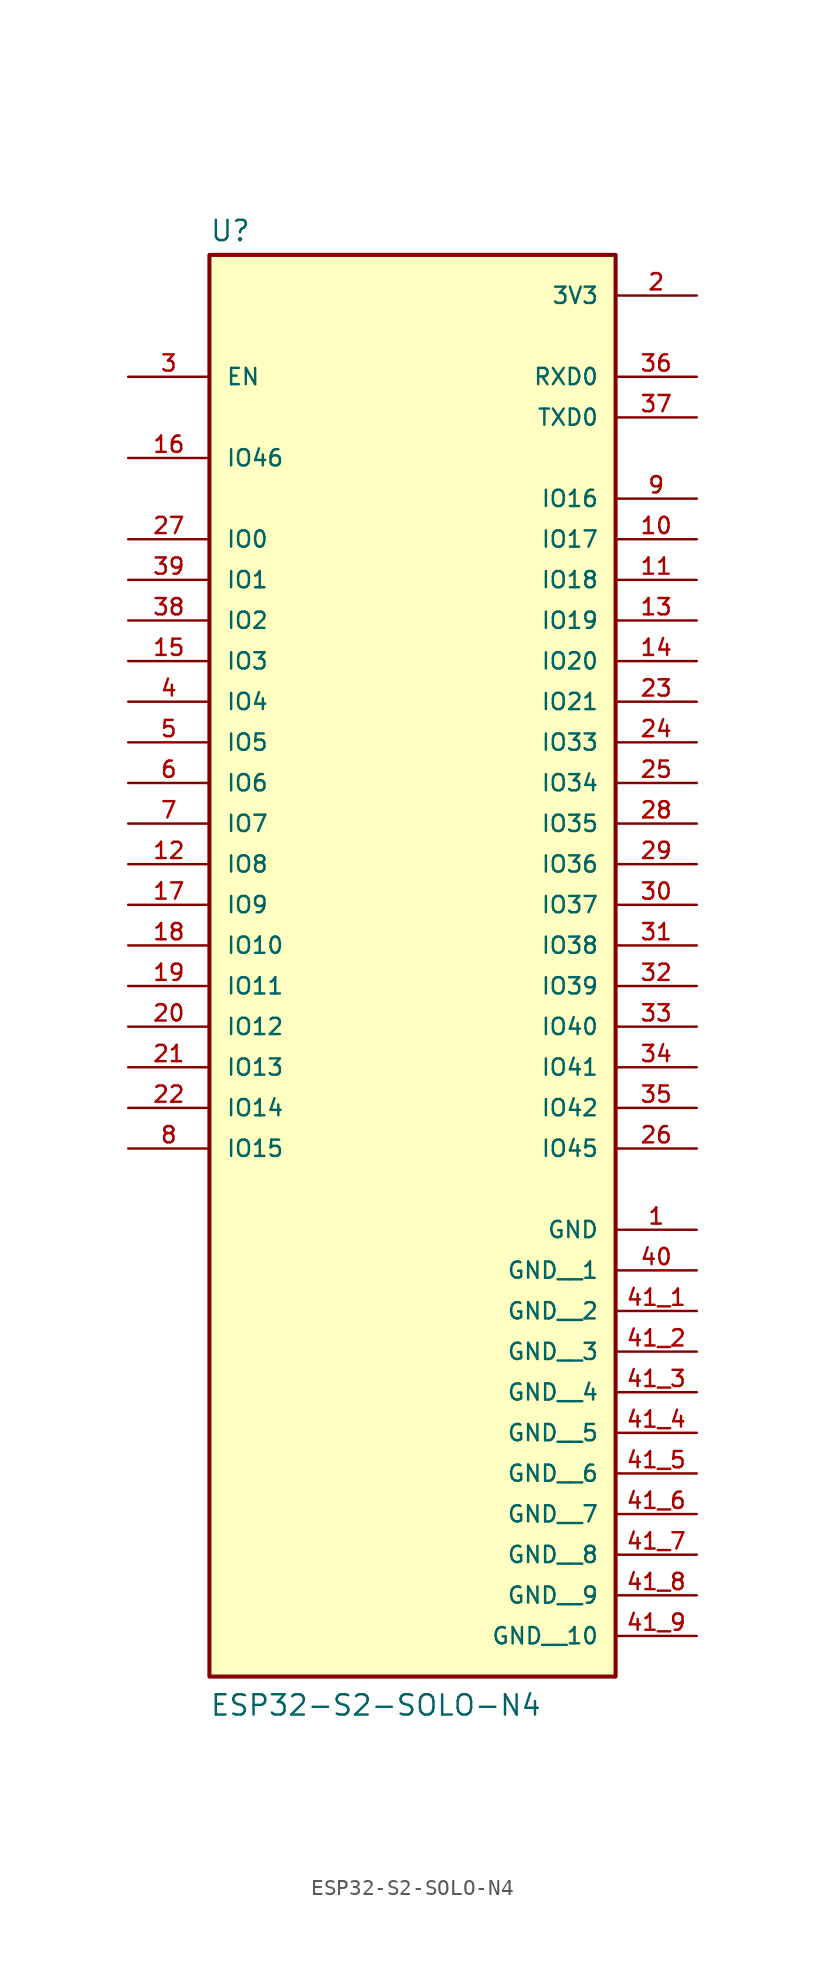
<source format=kicad_sym>
(kicad_symbol_lib
  (version 20211014)
  (generator kicad_symbol_editor)
  (symbol "ESP32-S2-SOLO-N4"
    (pin_names
      (offset 1.016))
    (property "Reference" "U"
      (at -12.7 33.782 0)
      (effects (font (size 1.27 1.27)) (justify bottom left)))
    (property "Value" "ESP32-S2-SOLO-N4"
      (at -12.7 -58.42 0)
      (effects (font (size 1.27 1.27)) (justify bottom left)))
    (symbol "ESP32-S2-SOLO-N4_0_0"
      (rectangle (start -12.7 -55.88) (end 12.7 33.02) (stroke (width 0.254)) (fill (type background)))
      (pin power_in line (at 17.78 -27.94 180.0) (length 5.08) (name "GND" (effects (font (size 1.016 1.016)))) (number "1" (effects (font (size 1.016 1.016)))))
      (pin power_in line (at 17.78 30.48 180.0) (length 5.08) (name "3V3" (effects (font (size 1.016 1.016)))) (number "2" (effects (font (size 1.016 1.016)))))
      (pin input line (at -17.78 25.4 0) (length 5.08) (name "EN" (effects (font (size 1.016 1.016)))) (number "3" (effects (font (size 1.016 1.016)))))
      (pin bidirectional line (at 17.78 25.4 180.0) (length 5.08) (name "RXD0" (effects (font (size 1.016 1.016)))) (number "36" (effects (font (size 1.016 1.016)))))
      (pin bidirectional line (at 17.78 22.86 180.0) (length 5.08) (name "TXD0" (effects (font (size 1.016 1.016)))) (number "37" (effects (font (size 1.016 1.016)))))
      (pin bidirectional line (at -17.78 15.24 0) (length 5.08) (name "IO0" (effects (font (size 1.016 1.016)))) (number "27" (effects (font (size 1.016 1.016)))))
      (pin bidirectional line (at 17.78 2.54 180.0) (length 5.08) (name "IO33" (effects (font (size 1.016 1.016)))) (number "24" (effects (font (size 1.016 1.016)))))
      (pin bidirectional line (at 17.78 0.0 180.0) (length 5.08) (name "IO34" (effects (font (size 1.016 1.016)))) (number "25" (effects (font (size 1.016 1.016)))))
      (pin bidirectional line (at 17.78 -2.54 180.0) (length 5.08) (name "IO35" (effects (font (size 1.016 1.016)))) (number "28" (effects (font (size 1.016 1.016)))))
      (pin bidirectional line (at 17.78 -5.08 180.0) (length 5.08) (name "IO36" (effects (font (size 1.016 1.016)))) (number "29" (effects (font (size 1.016 1.016)))))
      (pin bidirectional line (at 17.78 -7.62 180.0) (length 5.08) (name "IO37" (effects (font (size 1.016 1.016)))) (number "30" (effects (font (size 1.016 1.016)))))
      (pin bidirectional line (at 17.78 -10.16 180.0) (length 5.08) (name "IO38" (effects (font (size 1.016 1.016)))) (number "31" (effects (font (size 1.016 1.016)))))
      (pin bidirectional line (at 17.78 -12.7 180.0) (length 5.08) (name "IO39" (effects (font (size 1.016 1.016)))) (number "32" (effects (font (size 1.016 1.016)))))
      (pin bidirectional line (at 17.78 -15.24 180.0) (length 5.08) (name "IO40" (effects (font (size 1.016 1.016)))) (number "33" (effects (font (size 1.016 1.016)))))
      (pin bidirectional line (at 17.78 -17.78 180.0) (length 5.08) (name "IO41" (effects (font (size 1.016 1.016)))) (number "34" (effects (font (size 1.016 1.016)))))
      (pin bidirectional line (at 17.78 -20.32 180.0) (length 5.08) (name "IO42" (effects (font (size 1.016 1.016)))) (number "35" (effects (font (size 1.016 1.016)))))
      (pin bidirectional line (at 17.78 -22.86 180.0) (length 5.08) (name "IO45" (effects (font (size 1.016 1.016)))) (number "26" (effects (font (size 1.016 1.016)))))
      (pin input line (at -17.78 20.32 0) (length 5.08) (name "IO46" (effects (font (size 1.016 1.016)))) (number "16" (effects (font (size 1.016 1.016)))))
      (pin bidirectional line (at -17.78 12.7 0) (length 5.08) (name "IO1" (effects (font (size 1.016 1.016)))) (number "39" (effects (font (size 1.016 1.016)))))
      (pin bidirectional line (at -17.78 10.16 0) (length 5.08) (name "IO2" (effects (font (size 1.016 1.016)))) (number "38" (effects (font (size 1.016 1.016)))))
      (pin bidirectional line (at -17.78 7.62 0) (length 5.08) (name "IO3" (effects (font (size 1.016 1.016)))) (number "15" (effects (font (size 1.016 1.016)))))
      (pin bidirectional line (at -17.78 5.08 0) (length 5.08) (name "IO4" (effects (font (size 1.016 1.016)))) (number "4" (effects (font (size 1.016 1.016)))))
      (pin bidirectional line (at -17.78 2.54 0) (length 5.08) (name "IO5" (effects (font (size 1.016 1.016)))) (number "5" (effects (font (size 1.016 1.016)))))
      (pin bidirectional line (at -17.78 0.0 0) (length 5.08) (name "IO6" (effects (font (size 1.016 1.016)))) (number "6" (effects (font (size 1.016 1.016)))))
      (pin bidirectional line (at -17.78 -2.54 0) (length 5.08) (name "IO7" (effects (font (size 1.016 1.016)))) (number "7" (effects (font (size 1.016 1.016)))))
      (pin bidirectional line (at -17.78 -5.08 0) (length 5.08) (name "IO8" (effects (font (size 1.016 1.016)))) (number "12" (effects (font (size 1.016 1.016)))))
      (pin bidirectional line (at -17.78 -7.62 0) (length 5.08) (name "IO9" (effects (font (size 1.016 1.016)))) (number "17" (effects (font (size 1.016 1.016)))))
      (pin bidirectional line (at -17.78 -10.16 0) (length 5.08) (name "IO10" (effects (font (size 1.016 1.016)))) (number "18" (effects (font (size 1.016 1.016)))))
      (pin bidirectional line (at -17.78 -12.7 0) (length 5.08) (name "IO11" (effects (font (size 1.016 1.016)))) (number "19" (effects (font (size 1.016 1.016)))))
      (pin bidirectional line (at -17.78 -15.24 0) (length 5.08) (name "IO12" (effects (font (size 1.016 1.016)))) (number "20" (effects (font (size 1.016 1.016)))))
      (pin bidirectional line (at -17.78 -17.78 0) (length 5.08) (name "IO13" (effects (font (size 1.016 1.016)))) (number "21" (effects (font (size 1.016 1.016)))))
      (pin bidirectional line (at -17.78 -20.32 0) (length 5.08) (name "IO14" (effects (font (size 1.016 1.016)))) (number "22" (effects (font (size 1.016 1.016)))))
      (pin bidirectional line (at -17.78 -22.86 0) (length 5.08) (name "IO15" (effects (font (size 1.016 1.016)))) (number "8" (effects (font (size 1.016 1.016)))))
      (pin bidirectional line (at 17.78 17.78 180.0) (length 5.08) (name "IO16" (effects (font (size 1.016 1.016)))) (number "9" (effects (font (size 1.016 1.016)))))
      (pin bidirectional line (at 17.78 15.24 180.0) (length 5.08) (name "IO17" (effects (font (size 1.016 1.016)))) (number "10" (effects (font (size 1.016 1.016)))))
      (pin bidirectional line (at 17.78 12.7 180.0) (length 5.08) (name "IO18" (effects (font (size 1.016 1.016)))) (number "11" (effects (font (size 1.016 1.016)))))
      (pin bidirectional line (at 17.78 10.16 180.0) (length 5.08) (name "IO19" (effects (font (size 1.016 1.016)))) (number "13" (effects (font (size 1.016 1.016)))))
      (pin bidirectional line (at 17.78 7.62 180.0) (length 5.08) (name "IO20" (effects (font (size 1.016 1.016)))) (number "14" (effects (font (size 1.016 1.016)))))
      (pin bidirectional line (at 17.78 5.08 180.0) (length 5.08) (name "IO21" (effects (font (size 1.016 1.016)))) (number "23" (effects (font (size 1.016 1.016)))))
      (pin power_in line (at 17.78 -30.48 180.0) (length 5.08) (name "GND__1" (effects (font (size 1.016 1.016)))) (number "40" (effects (font (size 1.016 1.016)))))
      (pin power_in line (at 17.78 -33.02 180.0) (length 5.08) (name "GND__2" (effects (font (size 1.016 1.016)))) (number "41_1" (effects (font (size 1.016 1.016)))))
      (pin power_in line (at 17.78 -35.56 180.0) (length 5.08) (name "GND__3" (effects (font (size 1.016 1.016)))) (number "41_2" (effects (font (size 1.016 1.016)))))
      (pin power_in line (at 17.78 -38.1 180.0) (length 5.08) (name "GND__4" (effects (font (size 1.016 1.016)))) (number "41_3" (effects (font (size 1.016 1.016)))))
      (pin power_in line (at 17.78 -40.64 180.0) (length 5.08) (name "GND__5" (effects (font (size 1.016 1.016)))) (number "41_4" (effects (font (size 1.016 1.016)))))
      (pin power_in line (at 17.78 -43.18 180.0) (length 5.08) (name "GND__6" (effects (font (size 1.016 1.016)))) (number "41_5" (effects (font (size 1.016 1.016)))))
      (pin power_in line (at 17.78 -45.72 180.0) (length 5.08) (name "GND__7" (effects (font (size 1.016 1.016)))) (number "41_6" (effects (font (size 1.016 1.016)))))
      (pin power_in line (at 17.78 -48.26 180.0) (length 5.08) (name "GND__8" (effects (font (size 1.016 1.016)))) (number "41_7" (effects (font (size 1.016 1.016)))))
      (pin power_in line (at 17.78 -50.8 180.0) (length 5.08) (name "GND__9" (effects (font (size 1.016 1.016)))) (number "41_8" (effects (font (size 1.016 1.016)))))
      (pin power_in line (at 17.78 -53.34 180.0) (length 5.08) (name "GND__10" (effects (font (size 1.016 1.016)))) (number "41_9" (effects (font (size 1.016 1.016))))))))
</source>
